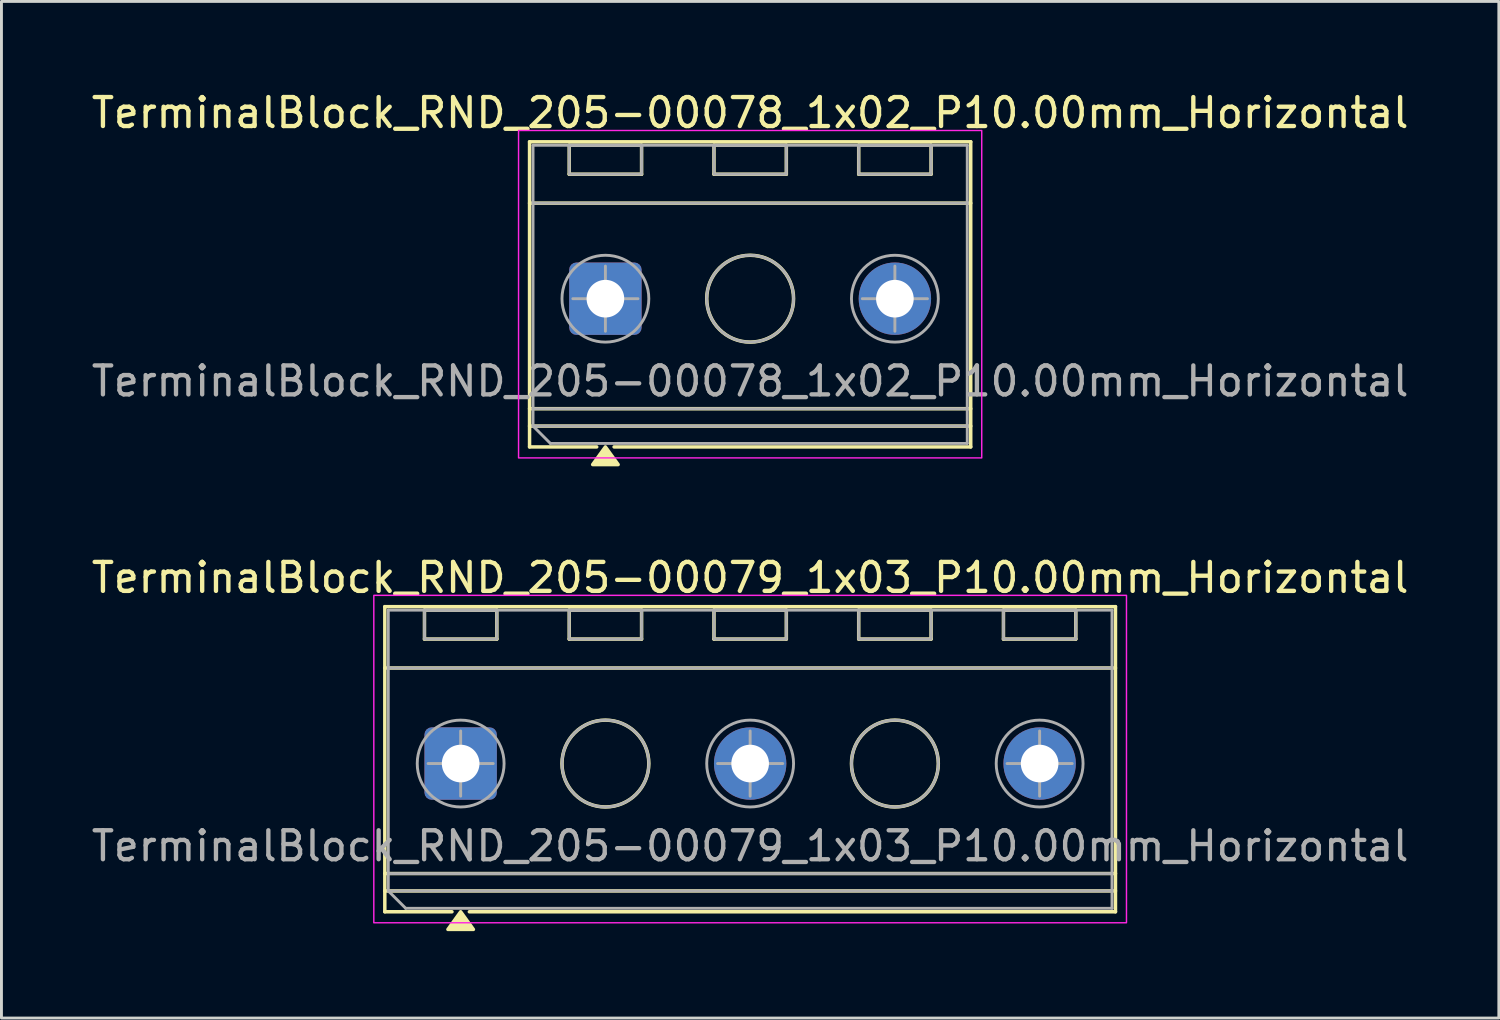
<source format=kicad_pcb>
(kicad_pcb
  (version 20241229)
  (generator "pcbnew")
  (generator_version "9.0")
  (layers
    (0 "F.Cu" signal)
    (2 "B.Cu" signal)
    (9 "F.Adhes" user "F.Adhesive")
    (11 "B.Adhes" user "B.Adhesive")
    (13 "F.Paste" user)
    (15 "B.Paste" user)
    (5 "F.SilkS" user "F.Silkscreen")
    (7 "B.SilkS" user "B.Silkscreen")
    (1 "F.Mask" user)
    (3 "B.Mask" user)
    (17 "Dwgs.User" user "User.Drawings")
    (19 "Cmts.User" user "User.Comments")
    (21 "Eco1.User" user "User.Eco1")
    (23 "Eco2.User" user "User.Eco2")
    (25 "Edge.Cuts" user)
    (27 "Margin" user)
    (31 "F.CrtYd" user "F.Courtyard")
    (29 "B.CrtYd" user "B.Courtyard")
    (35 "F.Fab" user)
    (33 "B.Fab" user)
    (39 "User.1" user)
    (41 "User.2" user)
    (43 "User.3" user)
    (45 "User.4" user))
  (footprint "TerminalBlock_RND_205-00079_1x03_P10.00mm_Horizontal"
    (layer "F.Cu")
    (at 12.863 23.326)
    (property "Reference" "TerminalBlock_RND_205-00079_1x03_P10.00mm_Horizontal" (at 10 -6.42 0) (layer "F.SilkS") (effects (font (size 1 1) (thickness 0.15))))
    (attr through_hole)
    (fp_line (start -2.62 -5.42) (end 22.62 -5.42) (stroke (width 0.12) (type solid)) (layer "F.SilkS"))
    (fp_line (start -2.62 -3.3) (end 22.62 -3.3) (stroke (width 0.12) (type solid)) (layer "F.SilkS"))
    (fp_line (start -2.62 3.8) (end 22.62 3.8) (stroke (width 0.12) (type solid)) (layer "F.SilkS"))
    (fp_line (start -2.62 4.4) (end 22.62 4.4) (stroke (width 0.12) (type solid)) (layer "F.SilkS"))
    (fp_line (start -2.62 5.12) (end -2.62 -5.42) (stroke (width 0.12) (type solid)) (layer "F.SilkS"))
    (fp_line (start -1.25 -5.3) (end 1.25 -5.3) (stroke (width 0.12) (type solid)) (layer "F.SilkS"))
    (fp_line (start -1.25 -4.3) (end -1.25 -5.3) (stroke (width 0.12) (type solid)) (layer "F.SilkS"))
    (fp_line (start -0.3 5.12) (end -2.62 5.12) (stroke (width 0.12) (type solid)) (layer "F.SilkS"))
    (fp_line (start 1.25 -5.3) (end 1.25 -4.3) (stroke (width 0.12) (type solid)) (layer "F.SilkS"))
    (fp_line (start 1.25 -4.3) (end -1.25 -4.3) (stroke (width 0.12) (type solid)) (layer "F.SilkS"))
    (fp_line (start 3.75 -5.3) (end 6.25 -5.3) (stroke (width 0.12) (type solid)) (layer "F.SilkS"))
    (fp_line (start 3.75 -4.3) (end 3.75 -5.3) (stroke (width 0.12) (type solid)) (layer "F.SilkS"))
    (fp_line (start 6.25 -5.3) (end 6.25 -4.3) (stroke (width 0.12) (type solid)) (layer "F.SilkS"))
    (fp_line (start 6.25 -4.3) (end 3.75 -4.3) (stroke (width 0.12) (type solid)) (layer "F.SilkS"))
    (fp_line (start 8.75 -5.3) (end 11.25 -5.3) (stroke (width 0.12) (type solid)) (layer "F.SilkS"))
    (fp_line (start 8.75 -4.3) (end 8.75 -5.3) (stroke (width 0.12) (type solid)) (layer "F.SilkS"))
    (fp_line (start 11.25 -5.3) (end 11.25 -4.3) (stroke (width 0.12) (type solid)) (layer "F.SilkS"))
    (fp_line (start 11.25 -4.3) (end 8.75 -4.3) (stroke (width 0.12) (type solid)) (layer "F.SilkS"))
    (fp_line (start 13.75 -5.3) (end 16.25 -5.3) (stroke (width 0.12) (type solid)) (layer "F.SilkS"))
    (fp_line (start 13.75 -4.3) (end 13.75 -5.3) (stroke (width 0.12) (type solid)) (layer "F.SilkS"))
    (fp_line (start 16.25 -5.3) (end 16.25 -4.3) (stroke (width 0.12) (type solid)) (layer "F.SilkS"))
    (fp_line (start 16.25 -4.3) (end 13.75 -4.3) (stroke (width 0.12) (type solid)) (layer "F.SilkS"))
    (fp_line (start 18.75 -5.3) (end 21.25 -5.3) (stroke (width 0.12) (type solid)) (layer "F.SilkS"))
    (fp_line (start 18.75 -4.3) (end 18.75 -5.3) (stroke (width 0.12) (type solid)) (layer "F.SilkS"))
    (fp_line (start 21.25 -5.3) (end 21.25 -4.3) (stroke (width 0.12) (type solid)) (layer "F.SilkS"))
    (fp_line (start 21.25 -4.3) (end 18.75 -4.3) (stroke (width 0.12) (type solid)) (layer "F.SilkS"))
    (fp_line (start 22.62 -5.42) (end 22.62 5.12) (stroke (width 0.12) (type solid)) (layer "F.SilkS"))
    (fp_line (start 22.62 5.12) (end 0.3 5.12) (stroke (width 0.12) (type solid)) (layer "F.SilkS"))
    (fp_circle (center 5 0) (end 6.5 0) (stroke (width 0.12) (type solid)) (fill no) (layer "F.SilkS"))
    (fp_circle (center 15 0) (end 16.5 0) (stroke (width 0.12) (type solid)) (fill no) (layer "F.SilkS"))
    (fp_poly (pts (xy 0 5.12) (xy 0.44 5.73) (xy -0.44 5.73)) (stroke (width 0.12) (type solid)) (fill yes) (layer "F.SilkS"))
    (fp_rect (start -3 -5.81) (end 23 5.5) (stroke (width 0.05) (type solid)) (fill no) (layer "F.CrtYd"))
    (fp_line (start -2.5 -5.3) (end 22.5 -5.3) (stroke (width 0.1) (type solid)) (layer "F.Fab"))
    (fp_line (start -2.5 -3.3) (end 22.5 -3.3) (stroke (width 0.1) (type solid)) (layer "F.Fab"))
    (fp_line (start -2.5 3.8) (end 22.5 3.8) (stroke (width 0.1) (type solid)) (layer "F.Fab"))
    (fp_line (start -2.5 4.4) (end -2.5 -5.3) (stroke (width 0.1) (type solid)) (layer "F.Fab"))
    (fp_line (start -2.5 4.4) (end 22.5 4.4) (stroke (width 0.1) (type solid)) (layer "F.Fab"))
    (fp_line (start -1.9 5) (end -2.5 4.4) (stroke (width 0.1) (type solid)) (layer "F.Fab"))
    (fp_line (start -1.125 0) (end 1.125 0) (stroke (width 0.1) (type solid)) (layer "F.Fab"))
    (fp_line (start 0 -1.125) (end 0 1.125) (stroke (width 0.1) (type solid)) (layer "F.Fab"))
    (fp_line (start 8.875 0) (end 11.125 0) (stroke (width 0.1) (type solid)) (layer "F.Fab"))
    (fp_line (start 10 -1.125) (end 10 1.125) (stroke (width 0.1) (type solid)) (layer "F.Fab"))
    (fp_line (start 18.875 0) (end 21.125 0) (stroke (width 0.1) (type solid)) (layer "F.Fab"))
    (fp_line (start 20 -1.125) (end 20 1.125) (stroke (width 0.1) (type solid)) (layer "F.Fab"))
    (fp_line (start 22.5 -5.3) (end 22.5 5) (stroke (width 0.1) (type solid)) (layer "F.Fab"))
    (fp_line (start 22.5 5) (end -1.9 5) (stroke (width 0.1) (type solid)) (layer "F.Fab"))
    (fp_rect (start -1.25 -5.3) (end 1.25 -4.3) (stroke (width 0.1) (type solid)) (fill no) (layer "F.Fab"))
    (fp_rect (start 3.75 -5.3) (end 6.25 -4.3) (stroke (width 0.1) (type solid)) (fill no) (layer "F.Fab"))
    (fp_rect (start 8.75 -5.3) (end 11.25 -4.3) (stroke (width 0.1) (type solid)) (fill no) (layer "F.Fab"))
    (fp_rect (start 13.75 -5.3) (end 16.25 -4.3) (stroke (width 0.1) (type solid)) (fill no) (layer "F.Fab"))
    (fp_rect (start 18.75 -5.3) (end 21.25 -4.3) (stroke (width 0.1) (type solid)) (fill no) (layer "F.Fab"))
    (fp_circle (center 0 0) (end 1.5 0) (stroke (width 0.1) (type solid)) (fill no) (layer "F.Fab"))
    (fp_circle (center 5 0) (end 6.5 0) (stroke (width 0.1) (type solid)) (fill no) (layer "F.Fab"))
    (fp_circle (center 10 0) (end 11.5 0) (stroke (width 0.1) (type solid)) (fill no) (layer "F.Fab"))
    (fp_circle (center 15 0) (end 16.5 0) (stroke (width 0.1) (type solid)) (fill no) (layer "F.Fab"))
    (fp_circle (center 20 0) (end 21.5 0) (stroke (width 0.1) (type solid)) (fill no) (layer "F.Fab"))
    (fp_text user "${REFERENCE}" (at 10 2.85 0) (layer "F.Fab") (effects (font (size 1 1) (thickness 0.15))))
    (pad "1" thru_hole roundrect (at 0 0) (size 2.5 2.5) (drill 1.3) (layers "*.Cu" "*.Mask") (roundrect_rratio 0.1))
    (pad "2" thru_hole circle (at 10 0) (size 2.5 2.5) (drill 1.3) (layers "*.Cu" "*.Mask"))
    (pad "3" thru_hole circle (at 20 0) (size 2.5 2.5) (drill 1.3) (layers "*.Cu" "*.Mask")))
  (footprint "TerminalBlock_RND_205-00078_1x02_P10.00mm_Horizontal"
    (layer "F.Cu")
    (at 17.863 7.268)
    (property "Reference" "TerminalBlock_RND_205-00078_1x02_P10.00mm_Horizontal" (at 5 -6.42 0) (layer "F.SilkS") (effects (font (size 1 1) (thickness 0.15))))
    (attr through_hole)
    (fp_line (start -2.62 -5.42) (end 12.62 -5.42) (stroke (width 0.12) (type solid)) (layer "F.SilkS"))
    (fp_line (start -2.62 -3.3) (end 12.62 -3.3) (stroke (width 0.12) (type solid)) (layer "F.SilkS"))
    (fp_line (start -2.62 3.8) (end 12.62 3.8) (stroke (width 0.12) (type solid)) (layer "F.SilkS"))
    (fp_line (start -2.62 4.4) (end 12.62 4.4) (stroke (width 0.12) (type solid)) (layer "F.SilkS"))
    (fp_line (start -2.62 5.12) (end -2.62 -5.42) (stroke (width 0.12) (type solid)) (layer "F.SilkS"))
    (fp_line (start -1.25 -5.3) (end 1.25 -5.3) (stroke (width 0.12) (type solid)) (layer "F.SilkS"))
    (fp_line (start -1.25 -4.3) (end -1.25 -5.3) (stroke (width 0.12) (type solid)) (layer "F.SilkS"))
    (fp_line (start -0.3 5.12) (end -2.62 5.12) (stroke (width 0.12) (type solid)) (layer "F.SilkS"))
    (fp_line (start 1.25 -5.3) (end 1.25 -4.3) (stroke (width 0.12) (type solid)) (layer "F.SilkS"))
    (fp_line (start 1.25 -4.3) (end -1.25 -4.3) (stroke (width 0.12) (type solid)) (layer "F.SilkS"))
    (fp_line (start 3.75 -5.3) (end 6.25 -5.3) (stroke (width 0.12) (type solid)) (layer "F.SilkS"))
    (fp_line (start 3.75 -4.3) (end 3.75 -5.3) (stroke (width 0.12) (type solid)) (layer "F.SilkS"))
    (fp_line (start 6.25 -5.3) (end 6.25 -4.3) (stroke (width 0.12) (type solid)) (layer "F.SilkS"))
    (fp_line (start 6.25 -4.3) (end 3.75 -4.3) (stroke (width 0.12) (type solid)) (layer "F.SilkS"))
    (fp_line (start 8.75 -5.3) (end 11.25 -5.3) (stroke (width 0.12) (type solid)) (layer "F.SilkS"))
    (fp_line (start 8.75 -4.3) (end 8.75 -5.3) (stroke (width 0.12) (type solid)) (layer "F.SilkS"))
    (fp_line (start 11.25 -5.3) (end 11.25 -4.3) (stroke (width 0.12) (type solid)) (layer "F.SilkS"))
    (fp_line (start 11.25 -4.3) (end 8.75 -4.3) (stroke (width 0.12) (type solid)) (layer "F.SilkS"))
    (fp_line (start 12.62 -5.42) (end 12.62 5.12) (stroke (width 0.12) (type solid)) (layer "F.SilkS"))
    (fp_line (start 12.62 5.12) (end 0.3 5.12) (stroke (width 0.12) (type solid)) (layer "F.SilkS"))
    (fp_circle (center 5 0) (end 6.5 0) (stroke (width 0.12) (type solid)) (fill no) (layer "F.SilkS"))
    (fp_poly (pts (xy 0 5.12) (xy 0.44 5.73) (xy -0.44 5.73)) (stroke (width 0.12) (type solid)) (fill yes) (layer "F.SilkS"))
    (fp_rect (start -3 -5.81) (end 13 5.5) (stroke (width 0.05) (type solid)) (fill no) (layer "F.CrtYd"))
    (fp_line (start -2.5 -5.3) (end 12.5 -5.3) (stroke (width 0.1) (type solid)) (layer "F.Fab"))
    (fp_line (start -2.5 -3.3) (end 12.5 -3.3) (stroke (width 0.1) (type solid)) (layer "F.Fab"))
    (fp_line (start -2.5 3.8) (end 12.5 3.8) (stroke (width 0.1) (type solid)) (layer "F.Fab"))
    (fp_line (start -2.5 4.4) (end -2.5 -5.3) (stroke (width 0.1) (type solid)) (layer "F.Fab"))
    (fp_line (start -2.5 4.4) (end 12.5 4.4) (stroke (width 0.1) (type solid)) (layer "F.Fab"))
    (fp_line (start -1.9 5) (end -2.5 4.4) (stroke (width 0.1) (type solid)) (layer "F.Fab"))
    (fp_line (start -1.125 0) (end 1.125 0) (stroke (width 0.1) (type solid)) (layer "F.Fab"))
    (fp_line (start 0 -1.125) (end 0 1.125) (stroke (width 0.1) (type solid)) (layer "F.Fab"))
    (fp_line (start 8.875 0) (end 11.125 0) (stroke (width 0.1) (type solid)) (layer "F.Fab"))
    (fp_line (start 10 -1.125) (end 10 1.125) (stroke (width 0.1) (type solid)) (layer "F.Fab"))
    (fp_line (start 12.5 -5.3) (end 12.5 5) (stroke (width 0.1) (type solid)) (layer "F.Fab"))
    (fp_line (start 12.5 5) (end -1.9 5) (stroke (width 0.1) (type solid)) (layer "F.Fab"))
    (fp_rect (start -1.25 -5.3) (end 1.25 -4.3) (stroke (width 0.1) (type solid)) (fill no) (layer "F.Fab"))
    (fp_rect (start 3.75 -5.3) (end 6.25 -4.3) (stroke (width 0.1) (type solid)) (fill no) (layer "F.Fab"))
    (fp_rect (start 8.75 -5.3) (end 11.25 -4.3) (stroke (width 0.1) (type solid)) (fill no) (layer "F.Fab"))
    (fp_circle (center 0 0) (end 1.5 0) (stroke (width 0.1) (type solid)) (fill no) (layer "F.Fab"))
    (fp_circle (center 5 0) (end 6.5 0) (stroke (width 0.1) (type solid)) (fill no) (layer "F.Fab"))
    (fp_circle (center 10 0) (end 11.5 0) (stroke (width 0.1) (type solid)) (fill no) (layer "F.Fab"))
    (fp_text user "${REFERENCE}" (at 5 2.85 0) (layer "F.Fab") (effects (font (size 1 1) (thickness 0.15))))
    (pad "1" thru_hole roundrect (at 0 0) (size 2.5 2.5) (drill 1.3) (layers "*.Cu" "*.Mask") (roundrect_rratio 0.1))
    (pad "2" thru_hole circle (at 10 0) (size 2.5 2.5) (drill 1.3) (layers "*.Cu" "*.Mask")))
  (gr_rect
    (start -3 -3)
    (end 48.726 32.117)
    (stroke (width 0.1) (type default))
    (fill no)
    (layer "Edge.Cuts")))
</source>
